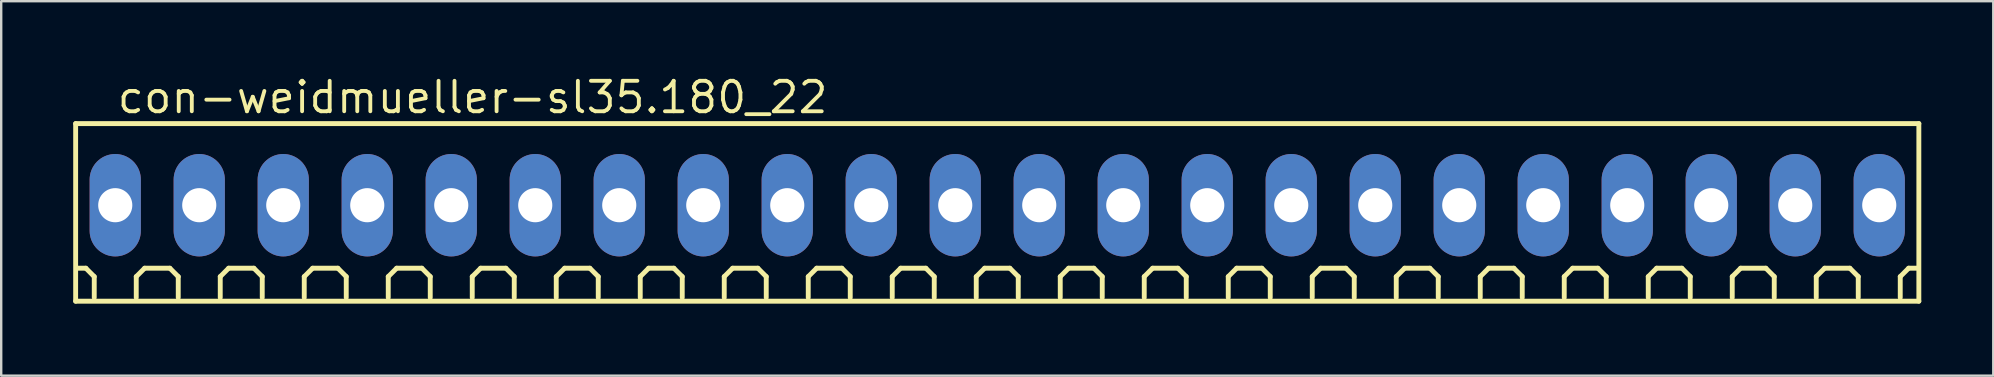
<source format=kicad_pcb>
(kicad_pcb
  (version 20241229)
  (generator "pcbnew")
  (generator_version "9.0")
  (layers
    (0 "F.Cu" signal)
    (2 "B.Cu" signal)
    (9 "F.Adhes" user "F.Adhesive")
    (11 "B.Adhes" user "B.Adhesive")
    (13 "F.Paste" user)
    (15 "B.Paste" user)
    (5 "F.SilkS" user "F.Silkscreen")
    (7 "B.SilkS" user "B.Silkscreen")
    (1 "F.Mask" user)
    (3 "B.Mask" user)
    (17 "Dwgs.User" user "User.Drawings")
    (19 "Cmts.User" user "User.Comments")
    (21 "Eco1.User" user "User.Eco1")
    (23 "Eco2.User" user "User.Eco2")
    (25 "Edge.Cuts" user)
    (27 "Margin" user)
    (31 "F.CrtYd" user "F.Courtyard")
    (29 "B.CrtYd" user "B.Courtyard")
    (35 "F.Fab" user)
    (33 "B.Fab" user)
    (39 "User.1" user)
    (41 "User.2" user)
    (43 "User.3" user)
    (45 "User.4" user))
  (footprint "con-weidmueller-sl35.180_22"
    (layer "F.Cu")
    (at 38.502 5.5)
    (property "Reference" "con-weidmueller-sl35.180_22" (at -36.75 -3.75 0) (layer "F.SilkS") (effects (font (size 1.27 1.27) (thickness 0.16)) (justify left bottom)))
    (attr through_hole)
    (fp_line (start -38.4 -3.4) (end 38.4 -3.4) (stroke (width 0.203) (type default)) (layer "F.SilkS"))
    (fp_line (start -38.4 4) (end -38.4 -3.4) (stroke (width 0.203) (type default)) (layer "F.SilkS"))
    (fp_line (start -37.975 2.625) (end -38.325 2.625) (stroke (width 0.203) (type default)) (layer "F.SilkS"))
    (fp_line (start -37.625 2.975) (end -37.975 2.625) (stroke (width 0.203) (type default)) (layer "F.SilkS"))
    (fp_line (start -37.625 3.85) (end -37.625 2.975) (stroke (width 0.203) (type default)) (layer "F.SilkS"))
    (fp_line (start -35.875 2.975) (end -35.525 2.625) (stroke (width 0.203) (type default)) (layer "F.SilkS"))
    (fp_line (start -35.875 3.85) (end -35.875 2.975) (stroke (width 0.203) (type default)) (layer "F.SilkS"))
    (fp_line (start -35.525 2.625) (end -34.475 2.625) (stroke (width 0.203) (type default)) (layer "F.SilkS"))
    (fp_line (start -34.475 2.625) (end -34.125 2.975) (stroke (width 0.203) (type default)) (layer "F.SilkS"))
    (fp_line (start -34.125 2.975) (end -34.125 3.85) (stroke (width 0.203) (type default)) (layer "F.SilkS"))
    (fp_line (start -32.375 2.975) (end -32.025 2.625) (stroke (width 0.203) (type default)) (layer "F.SilkS"))
    (fp_line (start -32.375 3.85) (end -32.375 2.975) (stroke (width 0.203) (type default)) (layer "F.SilkS"))
    (fp_line (start -32.025 2.625) (end -30.975 2.625) (stroke (width 0.203) (type default)) (layer "F.SilkS"))
    (fp_line (start -30.975 2.625) (end -30.625 2.975) (stroke (width 0.203) (type default)) (layer "F.SilkS"))
    (fp_line (start -30.625 2.975) (end -30.625 3.85) (stroke (width 0.203) (type default)) (layer "F.SilkS"))
    (fp_line (start -28.875 2.975) (end -28.525 2.625) (stroke (width 0.203) (type default)) (layer "F.SilkS"))
    (fp_line (start -28.875 3.85) (end -28.875 2.975) (stroke (width 0.203) (type default)) (layer "F.SilkS"))
    (fp_line (start -28.525 2.625) (end -27.475 2.625) (stroke (width 0.203) (type default)) (layer "F.SilkS"))
    (fp_line (start -27.475 2.625) (end -27.125 2.975) (stroke (width 0.203) (type default)) (layer "F.SilkS"))
    (fp_line (start -27.125 2.975) (end -27.125 3.85) (stroke (width 0.203) (type default)) (layer "F.SilkS"))
    (fp_line (start -25.375 2.975) (end -25.025 2.625) (stroke (width 0.203) (type default)) (layer "F.SilkS"))
    (fp_line (start -25.375 3.85) (end -25.375 2.975) (stroke (width 0.203) (type default)) (layer "F.SilkS"))
    (fp_line (start -25.025 2.625) (end -23.975 2.625) (stroke (width 0.203) (type default)) (layer "F.SilkS"))
    (fp_line (start -23.975 2.625) (end -23.625 2.975) (stroke (width 0.203) (type default)) (layer "F.SilkS"))
    (fp_line (start -23.625 2.975) (end -23.625 3.85) (stroke (width 0.203) (type default)) (layer "F.SilkS"))
    (fp_line (start -21.875 2.975) (end -21.525 2.625) (stroke (width 0.203) (type default)) (layer "F.SilkS"))
    (fp_line (start -21.875 3.85) (end -21.875 2.975) (stroke (width 0.203) (type default)) (layer "F.SilkS"))
    (fp_line (start -21.525 2.625) (end -20.475 2.625) (stroke (width 0.203) (type default)) (layer "F.SilkS"))
    (fp_line (start -20.475 2.625) (end -20.125 2.975) (stroke (width 0.203) (type default)) (layer "F.SilkS"))
    (fp_line (start -20.125 2.975) (end -20.125 3.85) (stroke (width 0.203) (type default)) (layer "F.SilkS"))
    (fp_line (start -18.375 2.975) (end -18.025 2.625) (stroke (width 0.203) (type default)) (layer "F.SilkS"))
    (fp_line (start -18.375 3.85) (end -18.375 2.975) (stroke (width 0.203) (type default)) (layer "F.SilkS"))
    (fp_line (start -18.025 2.625) (end -16.975 2.625) (stroke (width 0.203) (type default)) (layer "F.SilkS"))
    (fp_line (start -16.975 2.625) (end -16.625 2.975) (stroke (width 0.203) (type default)) (layer "F.SilkS"))
    (fp_line (start -16.625 2.975) (end -16.625 3.85) (stroke (width 0.203) (type default)) (layer "F.SilkS"))
    (fp_line (start -14.875 2.975) (end -14.525 2.625) (stroke (width 0.203) (type default)) (layer "F.SilkS"))
    (fp_line (start -14.875 3.85) (end -14.875 2.975) (stroke (width 0.203) (type default)) (layer "F.SilkS"))
    (fp_line (start -14.525 2.625) (end -13.475 2.625) (stroke (width 0.203) (type default)) (layer "F.SilkS"))
    (fp_line (start -13.475 2.625) (end -13.125 2.975) (stroke (width 0.203) (type default)) (layer "F.SilkS"))
    (fp_line (start -13.125 2.975) (end -13.125 3.85) (stroke (width 0.203) (type default)) (layer "F.SilkS"))
    (fp_line (start -11.375 2.975) (end -11.025 2.625) (stroke (width 0.203) (type default)) (layer "F.SilkS"))
    (fp_line (start -11.375 3.85) (end -11.375 2.975) (stroke (width 0.203) (type default)) (layer "F.SilkS"))
    (fp_line (start -11.025 2.625) (end -9.975 2.625) (stroke (width 0.203) (type default)) (layer "F.SilkS"))
    (fp_line (start -9.975 2.625) (end -9.625 2.975) (stroke (width 0.203) (type default)) (layer "F.SilkS"))
    (fp_line (start -9.625 2.975) (end -9.625 3.85) (stroke (width 0.203) (type default)) (layer "F.SilkS"))
    (fp_line (start -7.875 2.975) (end -7.525 2.625) (stroke (width 0.203) (type default)) (layer "F.SilkS"))
    (fp_line (start -7.875 3.85) (end -7.875 2.975) (stroke (width 0.203) (type default)) (layer "F.SilkS"))
    (fp_line (start -7.525 2.625) (end -6.475 2.625) (stroke (width 0.203) (type default)) (layer "F.SilkS"))
    (fp_line (start -6.475 2.625) (end -6.125 2.975) (stroke (width 0.203) (type default)) (layer "F.SilkS"))
    (fp_line (start -6.125 2.975) (end -6.125 3.85) (stroke (width 0.203) (type default)) (layer "F.SilkS"))
    (fp_line (start -4.375 2.975) (end -4.025 2.625) (stroke (width 0.203) (type default)) (layer "F.SilkS"))
    (fp_line (start -4.375 3.85) (end -4.375 2.975) (stroke (width 0.203) (type default)) (layer "F.SilkS"))
    (fp_line (start -4.025 2.625) (end -2.975 2.625) (stroke (width 0.203) (type default)) (layer "F.SilkS"))
    (fp_line (start -2.975 2.625) (end -2.625 2.975) (stroke (width 0.203) (type default)) (layer "F.SilkS"))
    (fp_line (start -2.625 2.975) (end -2.625 3.85) (stroke (width 0.203) (type default)) (layer "F.SilkS"))
    (fp_line (start -0.875 2.975) (end -0.525 2.625) (stroke (width 0.203) (type default)) (layer "F.SilkS"))
    (fp_line (start -0.875 3.85) (end -0.875 2.975) (stroke (width 0.203) (type default)) (layer "F.SilkS"))
    (fp_line (start -0.525 2.625) (end 0.525 2.625) (stroke (width 0.203) (type default)) (layer "F.SilkS"))
    (fp_line (start 0.525 2.625) (end 0.875 2.975) (stroke (width 0.203) (type default)) (layer "F.SilkS"))
    (fp_line (start 0.875 2.975) (end 0.875 3.85) (stroke (width 0.203) (type default)) (layer "F.SilkS"))
    (fp_line (start 2.625 2.975) (end 2.975 2.625) (stroke (width 0.203) (type default)) (layer "F.SilkS"))
    (fp_line (start 2.625 3.85) (end 2.625 2.975) (stroke (width 0.203) (type default)) (layer "F.SilkS"))
    (fp_line (start 2.975 2.625) (end 4.025 2.625) (stroke (width 0.203) (type default)) (layer "F.SilkS"))
    (fp_line (start 4.025 2.625) (end 4.375 2.975) (stroke (width 0.203) (type default)) (layer "F.SilkS"))
    (fp_line (start 4.375 2.975) (end 4.375 3.85) (stroke (width 0.203) (type default)) (layer "F.SilkS"))
    (fp_line (start 6.125 2.975) (end 6.475 2.625) (stroke (width 0.203) (type default)) (layer "F.SilkS"))
    (fp_line (start 6.125 3.85) (end 6.125 2.975) (stroke (width 0.203) (type default)) (layer "F.SilkS"))
    (fp_line (start 6.475 2.625) (end 7.525 2.625) (stroke (width 0.203) (type default)) (layer "F.SilkS"))
    (fp_line (start 7.525 2.625) (end 7.875 2.975) (stroke (width 0.203) (type default)) (layer "F.SilkS"))
    (fp_line (start 7.875 2.975) (end 7.875 3.85) (stroke (width 0.203) (type default)) (layer "F.SilkS"))
    (fp_line (start 9.625 2.975) (end 9.975 2.625) (stroke (width 0.203) (type default)) (layer "F.SilkS"))
    (fp_line (start 9.625 3.85) (end 9.625 2.975) (stroke (width 0.203) (type default)) (layer "F.SilkS"))
    (fp_line (start 9.975 2.625) (end 11.025 2.625) (stroke (width 0.203) (type default)) (layer "F.SilkS"))
    (fp_line (start 11.025 2.625) (end 11.375 2.975) (stroke (width 0.203) (type default)) (layer "F.SilkS"))
    (fp_line (start 11.375 2.975) (end 11.375 3.85) (stroke (width 0.203) (type default)) (layer "F.SilkS"))
    (fp_line (start 13.125 2.975) (end 13.475 2.625) (stroke (width 0.203) (type default)) (layer "F.SilkS"))
    (fp_line (start 13.125 3.85) (end 13.125 2.975) (stroke (width 0.203) (type default)) (layer "F.SilkS"))
    (fp_line (start 13.475 2.625) (end 14.525 2.625) (stroke (width 0.203) (type default)) (layer "F.SilkS"))
    (fp_line (start 14.525 2.625) (end 14.875 2.975) (stroke (width 0.203) (type default)) (layer "F.SilkS"))
    (fp_line (start 14.875 2.975) (end 14.875 3.85) (stroke (width 0.203) (type default)) (layer "F.SilkS"))
    (fp_line (start 16.625 2.975) (end 16.975 2.625) (stroke (width 0.203) (type default)) (layer "F.SilkS"))
    (fp_line (start 16.625 3.85) (end 16.625 2.975) (stroke (width 0.203) (type default)) (layer "F.SilkS"))
    (fp_line (start 16.975 2.625) (end 18.025 2.625) (stroke (width 0.203) (type default)) (layer "F.SilkS"))
    (fp_line (start 18.025 2.625) (end 18.375 2.975) (stroke (width 0.203) (type default)) (layer "F.SilkS"))
    (fp_line (start 18.375 2.975) (end 18.375 3.85) (stroke (width 0.203) (type default)) (layer "F.SilkS"))
    (fp_line (start 20.125 2.975) (end 20.475 2.625) (stroke (width 0.203) (type default)) (layer "F.SilkS"))
    (fp_line (start 20.125 3.85) (end 20.125 2.975) (stroke (width 0.203) (type default)) (layer "F.SilkS"))
    (fp_line (start 20.475 2.625) (end 21.525 2.625) (stroke (width 0.203) (type default)) (layer "F.SilkS"))
    (fp_line (start 21.525 2.625) (end 21.875 2.975) (stroke (width 0.203) (type default)) (layer "F.SilkS"))
    (fp_line (start 21.875 2.975) (end 21.875 3.85) (stroke (width 0.203) (type default)) (layer "F.SilkS"))
    (fp_line (start 23.625 2.975) (end 23.975 2.625) (stroke (width 0.203) (type default)) (layer "F.SilkS"))
    (fp_line (start 23.625 3.85) (end 23.625 2.975) (stroke (width 0.203) (type default)) (layer "F.SilkS"))
    (fp_line (start 23.975 2.625) (end 25.025 2.625) (stroke (width 0.203) (type default)) (layer "F.SilkS"))
    (fp_line (start 25.025 2.625) (end 25.375 2.975) (stroke (width 0.203) (type default)) (layer "F.SilkS"))
    (fp_line (start 25.375 2.975) (end 25.375 3.85) (stroke (width 0.203) (type default)) (layer "F.SilkS"))
    (fp_line (start 27.125 2.975) (end 27.475 2.625) (stroke (width 0.203) (type default)) (layer "F.SilkS"))
    (fp_line (start 27.125 3.85) (end 27.125 2.975) (stroke (width 0.203) (type default)) (layer "F.SilkS"))
    (fp_line (start 27.475 2.625) (end 28.525 2.625) (stroke (width 0.203) (type default)) (layer "F.SilkS"))
    (fp_line (start 28.525 2.625) (end 28.875 2.975) (stroke (width 0.203) (type default)) (layer "F.SilkS"))
    (fp_line (start 28.875 2.975) (end 28.875 3.85) (stroke (width 0.203) (type default)) (layer "F.SilkS"))
    (fp_line (start 30.625 2.975) (end 30.975 2.625) (stroke (width 0.203) (type default)) (layer "F.SilkS"))
    (fp_line (start 30.625 3.85) (end 30.625 2.975) (stroke (width 0.203) (type default)) (layer "F.SilkS"))
    (fp_line (start 30.975 2.625) (end 32.025 2.625) (stroke (width 0.203) (type default)) (layer "F.SilkS"))
    (fp_line (start 32.025 2.625) (end 32.375 2.975) (stroke (width 0.203) (type default)) (layer "F.SilkS"))
    (fp_line (start 32.375 2.975) (end 32.375 3.85) (stroke (width 0.203) (type default)) (layer "F.SilkS"))
    (fp_line (start 34.125 2.975) (end 34.475 2.625) (stroke (width 0.203) (type default)) (layer "F.SilkS"))
    (fp_line (start 34.125 3.85) (end 34.125 2.975) (stroke (width 0.203) (type default)) (layer "F.SilkS"))
    (fp_line (start 34.475 2.625) (end 35.525 2.625) (stroke (width 0.203) (type default)) (layer "F.SilkS"))
    (fp_line (start 35.525 2.625) (end 35.875 2.975) (stroke (width 0.203) (type default)) (layer "F.SilkS"))
    (fp_line (start 35.875 2.975) (end 35.875 3.85) (stroke (width 0.203) (type default)) (layer "F.SilkS"))
    (fp_line (start 37.625 2.975) (end 37.975 2.625) (stroke (width 0.203) (type default)) (layer "F.SilkS"))
    (fp_line (start 37.625 3.85) (end 37.625 2.975) (stroke (width 0.203) (type default)) (layer "F.SilkS"))
    (fp_line (start 37.975 2.625) (end 38.325 2.625) (stroke (width 0.203) (type default)) (layer "F.SilkS"))
    (fp_line (start 38.4 -3.4) (end 38.4 4) (stroke (width 0.203) (type default)) (layer "F.SilkS"))
    (fp_line (start 38.4 4) (end -38.4 4) (stroke (width 0.203) (type default)) (layer "F.SilkS"))
    (pad "1" thru_hole oval (at -36.75 0 90) (size 4.267 2.134) (drill 1.422) (layers "*.Cu" "*.Mask"))
    (pad "2" thru_hole oval (at -33.25 0 90) (size 4.267 2.134) (drill 1.422) (layers "*.Cu" "*.Mask"))
    (pad "3" thru_hole oval (at -29.75 0 90) (size 4.267 2.134) (drill 1.422) (layers "*.Cu" "*.Mask"))
    (pad "4" thru_hole oval (at -26.25 0 90) (size 4.267 2.134) (drill 1.422) (layers "*.Cu" "*.Mask"))
    (pad "5" thru_hole oval (at -22.75 0 90) (size 4.267 2.134) (drill 1.422) (layers "*.Cu" "*.Mask"))
    (pad "6" thru_hole oval (at -19.25 0 90) (size 4.267 2.134) (drill 1.422) (layers "*.Cu" "*.Mask"))
    (pad "7" thru_hole oval (at -15.75 0 90) (size 4.267 2.134) (drill 1.422) (layers "*.Cu" "*.Mask"))
    (pad "8" thru_hole oval (at -12.25 0 90) (size 4.267 2.134) (drill 1.422) (layers "*.Cu" "*.Mask"))
    (pad "9" thru_hole oval (at -8.75 0 90) (size 4.267 2.134) (drill 1.422) (layers "*.Cu" "*.Mask"))
    (pad "10" thru_hole oval (at -5.25 0 90) (size 4.267 2.134) (drill 1.422) (layers "*.Cu" "*.Mask"))
    (pad "11" thru_hole oval (at -1.75 0 90) (size 4.267 2.134) (drill 1.422) (layers "*.Cu" "*.Mask"))
    (pad "12" thru_hole oval (at 1.75 0 90) (size 4.267 2.134) (drill 1.422) (layers "*.Cu" "*.Mask"))
    (pad "13" thru_hole oval (at 5.25 0 90) (size 4.267 2.134) (drill 1.422) (layers "*.Cu" "*.Mask"))
    (pad "14" thru_hole oval (at 8.75 0 90) (size 4.267 2.134) (drill 1.422) (layers "*.Cu" "*.Mask"))
    (pad "15" thru_hole oval (at 12.25 0 90) (size 4.267 2.134) (drill 1.422) (layers "*.Cu" "*.Mask"))
    (pad "16" thru_hole oval (at 15.75 0 90) (size 4.267 2.134) (drill 1.422) (layers "*.Cu" "*.Mask"))
    (pad "17" thru_hole oval (at 19.25 0 90) (size 4.267 2.134) (drill 1.422) (layers "*.Cu" "*.Mask"))
    (pad "18" thru_hole oval (at 22.75 0 90) (size 4.267 2.134) (drill 1.422) (layers "*.Cu" "*.Mask"))
    (pad "19" thru_hole oval (at 26.25 0 90) (size 4.267 2.134) (drill 1.422) (layers "*.Cu" "*.Mask"))
    (pad "20" thru_hole oval (at 29.75 0 90) (size 4.267 2.134) (drill 1.422) (layers "*.Cu" "*.Mask"))
    (pad "21" thru_hole oval (at 33.25 0 90) (size 4.267 2.134) (drill 1.422) (layers "*.Cu" "*.Mask"))
    (pad "22" thru_hole oval (at 36.75 0 90) (size 4.267 2.134) (drill 1.422) (layers "*.Cu" "*.Mask")))
  (gr_rect
    (start -3 -3)
    (end 80.003 12.602)
    (stroke (width 0.1) (type default))
    (fill no)
    (layer "Edge.Cuts")))
</source>
